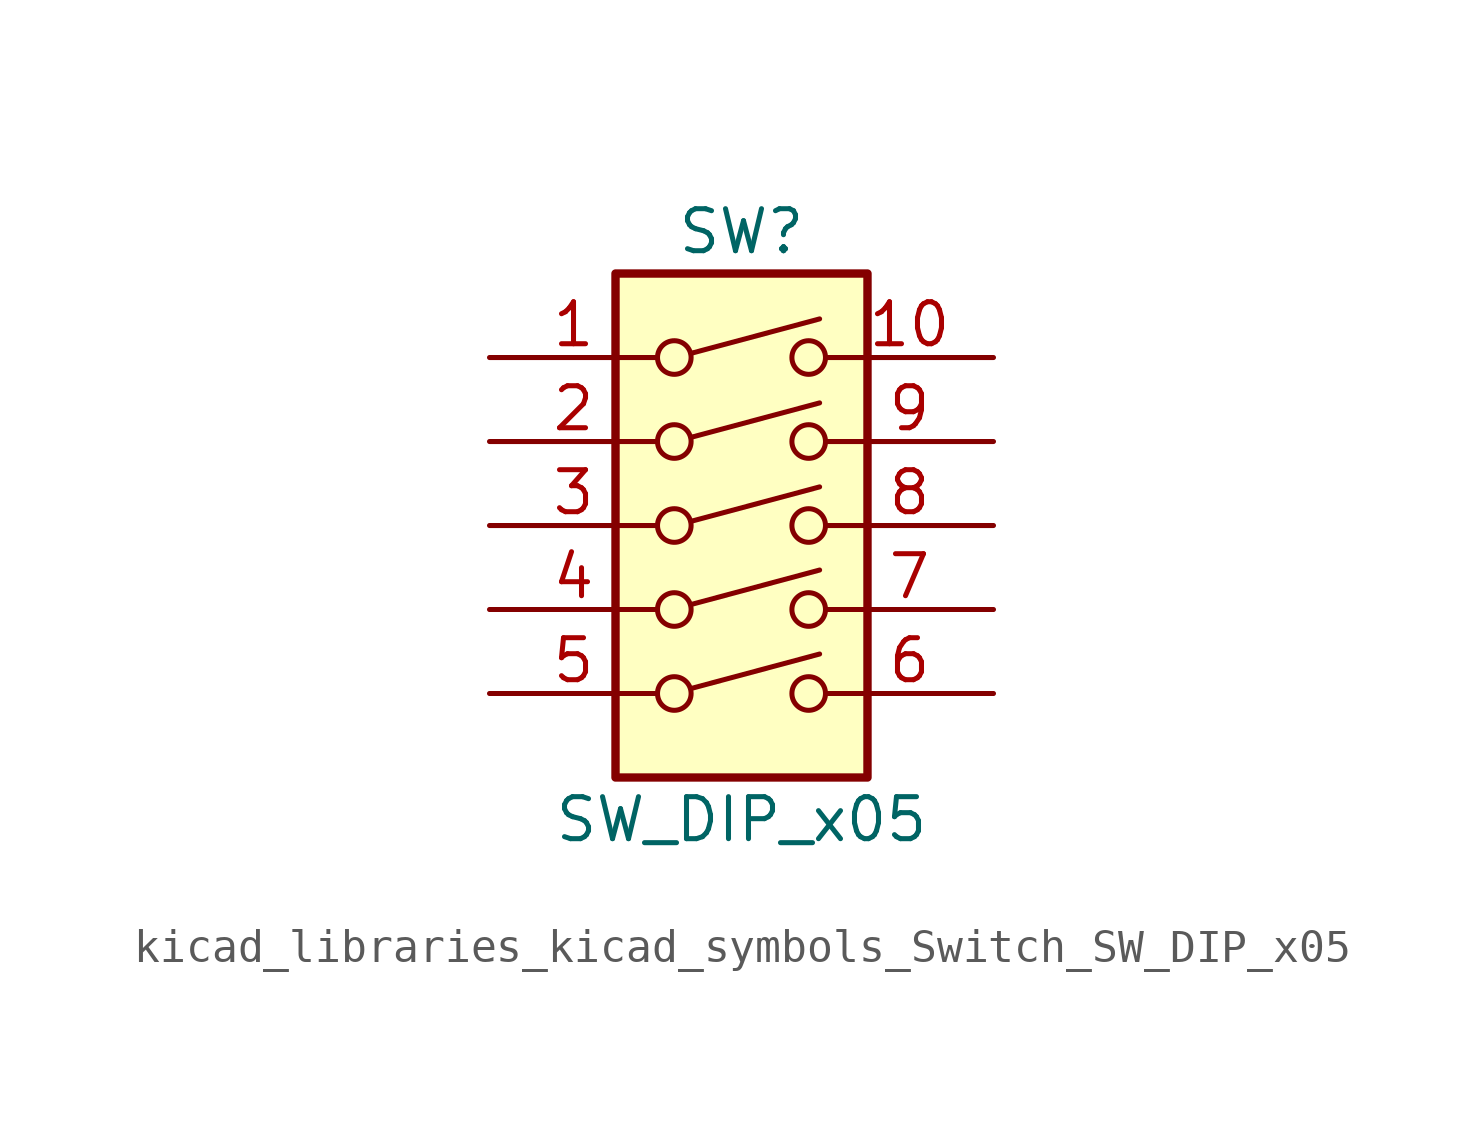
<source format=kicad_sym>
(kicad_symbol_lib
  (version 20220914)
  (generator kicad_symbol_editor)
  (symbol "kicad_libraries_kicad_symbols_Switch_SW_DIP_x05"
    (pin_names
      (offset 0) hide)
    (property "Reference" "SW"
      (at 0 8.89 0)
      (effects (font (size 1.27 1.27))))
    (property "Value" "SW_DIP_x05"
      (at 0 -8.89 0)
      (effects (font (size 1.27 1.27))))
    (symbol "kicad_libraries_kicad_symbols_Switch_SW_DIP_x05_0_0"
      (circle (center -2.032 -5.08) (radius 0.508) (stroke (width 0) (type default)) (fill (type none)))
      (circle (center -2.032 -2.54) (radius 0.508) (stroke (width 0) (type default)) (fill (type none)))
      (circle (center -2.032 0) (radius 0.508) (stroke (width 0) (type default)) (fill (type none)))
      (circle (center -2.032 2.54) (radius 0.508) (stroke (width 0) (type default)) (fill (type none)))
      (circle (center -2.032 5.08) (radius 0.508) (stroke (width 0) (type default)) (fill (type none)))
      (polyline (pts (xy -1.524 -4.928) (xy 2.362 -3.886)) (stroke (width 0) (type default)) (fill (type none)))
      (polyline (pts (xy -1.524 -2.388) (xy 2.362 -1.346)) (stroke (width 0) (type default)) (fill (type none)))
      (polyline (pts (xy -1.524 0.127) (xy 2.362 1.168)) (stroke (width 0) (type default)) (fill (type none)))
      (polyline (pts (xy -1.524 2.667) (xy 2.362 3.708)) (stroke (width 0) (type default)) (fill (type none)))
      (polyline (pts (xy -1.524 5.207) (xy 2.362 6.248)) (stroke (width 0) (type default)) (fill (type none)))
      (circle (center 2.032 -5.08) (radius 0.508) (stroke (width 0) (type default)) (fill (type none)))
      (circle (center 2.032 -2.54) (radius 0.508) (stroke (width 0) (type default)) (fill (type none)))
      (circle (center 2.032 0) (radius 0.508) (stroke (width 0) (type default)) (fill (type none)))
      (circle (center 2.032 2.54) (radius 0.508) (stroke (width 0) (type default)) (fill (type none)))
      (circle (center 2.032 5.08) (radius 0.508) (stroke (width 0) (type default)) (fill (type none))))
    (symbol "kicad_libraries_kicad_symbols_Switch_SW_DIP_x05_0_1"
      (rectangle (start -3.81 7.62) (end 3.81 -7.62) (stroke (width 0.254) (type default)) (fill (type background))))
    (symbol "kicad_libraries_kicad_symbols_Switch_SW_DIP_x05_1_1"
      (pin passive line (at -7.62 5.08 0) (length 5.08) (name "~" (effects (font (size 1.27 1.27)))) (number "1" (effects (font (size 1.27 1.27)))))
      (pin passive line (at 7.62 5.08 180) (length 5.08) (name "~" (effects (font (size 1.27 1.27)))) (number "10" (effects (font (size 1.27 1.27)))))
      (pin passive line (at -7.62 2.54 0) (length 5.08) (name "~" (effects (font (size 1.27 1.27)))) (number "2" (effects (font (size 1.27 1.27)))))
      (pin passive line (at -7.62 0 0) (length 5.08) (name "~" (effects (font (size 1.27 1.27)))) (number "3" (effects (font (size 1.27 1.27)))))
      (pin passive line (at -7.62 -2.54 0) (length 5.08) (name "~" (effects (font (size 1.27 1.27)))) (number "4" (effects (font (size 1.27 1.27)))))
      (pin passive line (at -7.62 -5.08 0) (length 5.08) (name "~" (effects (font (size 1.27 1.27)))) (number "5" (effects (font (size 1.27 1.27)))))
      (pin passive line (at 7.62 -5.08 180) (length 5.08) (name "~" (effects (font (size 1.27 1.27)))) (number "6" (effects (font (size 1.27 1.27)))))
      (pin passive line (at 7.62 -2.54 180) (length 5.08) (name "~" (effects (font (size 1.27 1.27)))) (number "7" (effects (font (size 1.27 1.27)))))
      (pin passive line (at 7.62 0 180) (length 5.08) (name "~" (effects (font (size 1.27 1.27)))) (number "8" (effects (font (size 1.27 1.27)))))
      (pin passive line (at 7.62 2.54 180) (length 5.08) (name "~" (effects (font (size 1.27 1.27)))) (number "9" (effects (font (size 1.27 1.27))))))))
</source>
